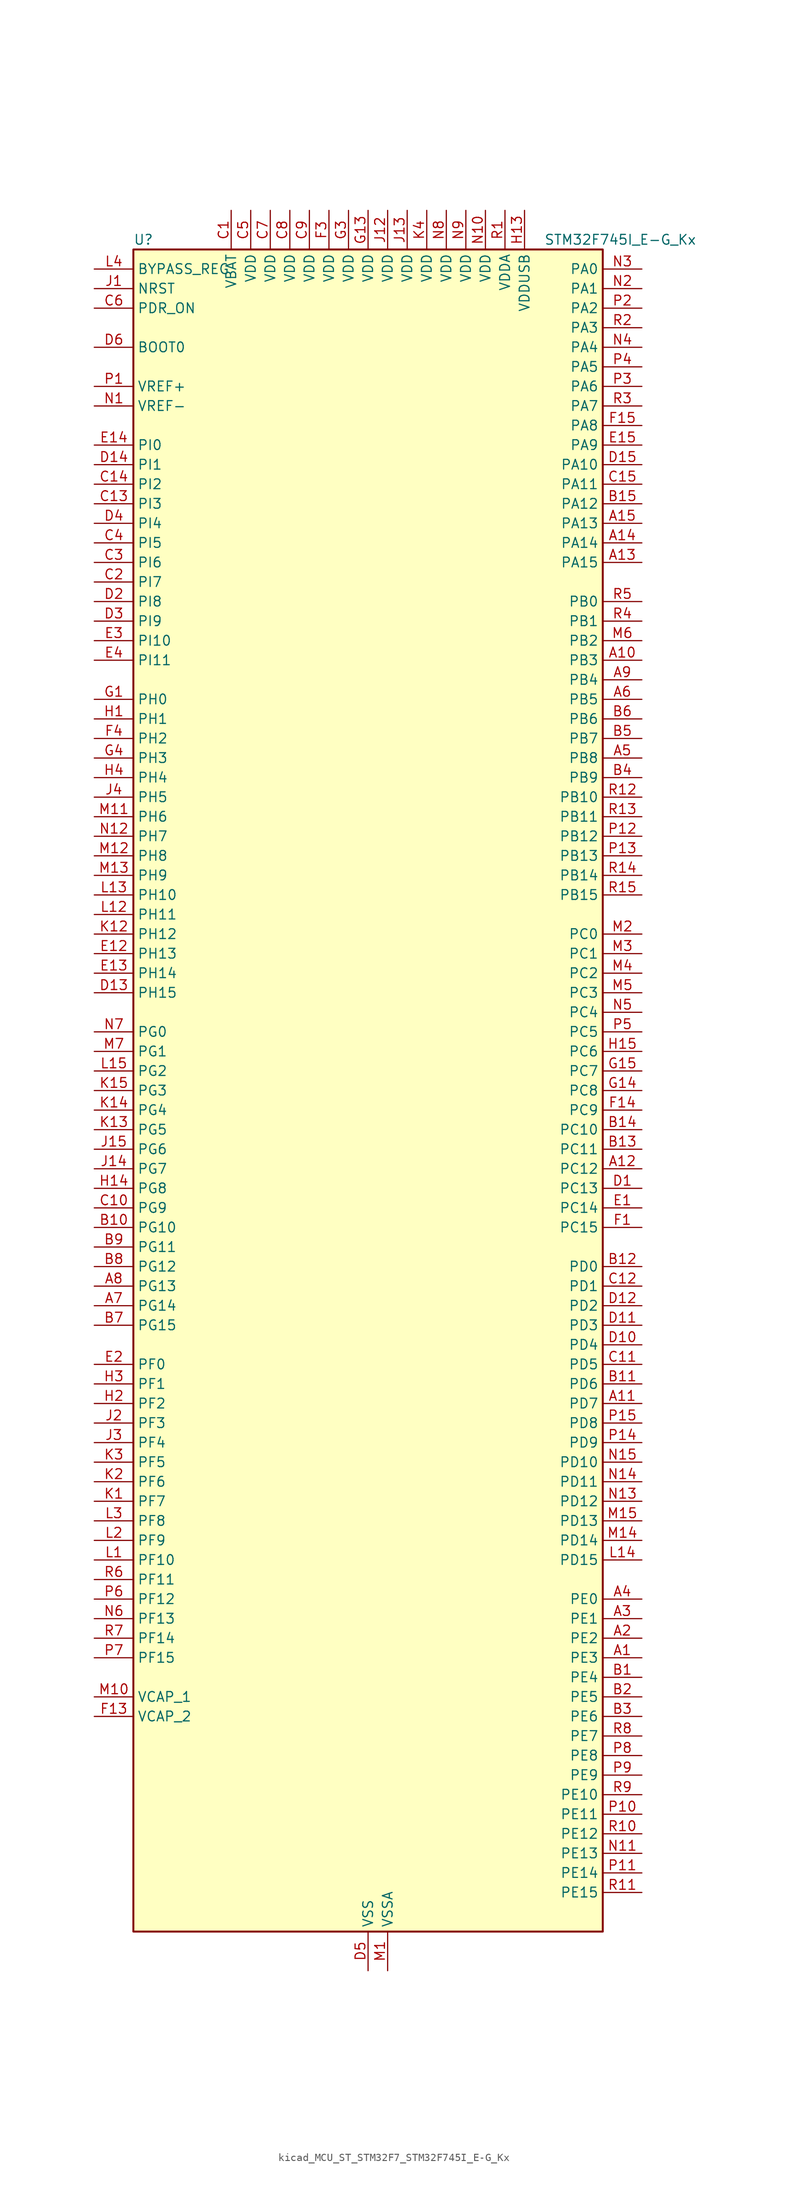
<source format=kicad_sym>
(kicad_symbol_lib
  (version 20220914)
  (generator kicad_symbol_editor)
  (symbol "kicad_MCU_ST_STM32F7_STM32F745I_E-G_Kx"
    (property "Reference" "U"
      (at -30.48 110.49 0)
      (effects (font (size 1.27 1.27)) (justify left)))
    (property "Value" "STM32F745I_E-G_Kx"
      (at 22.86 110.49 0)
      (effects (font (size 1.27 1.27)) (justify left)))
    (property "ki_locked" ""
      (at 0 0 0)
      (effects (font (size 1.27 1.27))))
    (symbol "kicad_MCU_ST_STM32F7_STM32F745I_E-G_Kx_0_1"
      (rectangle (start -30.48 -109.22) (end 30.48 109.22) (stroke (width 0.254) (type default)) (fill (type background))))
    (symbol "kicad_MCU_ST_STM32F7_STM32F745I_E-G_Kx_1_1"
      (pin bidirectional line (at 35.56 -73.66 180) (length 5.08) (name "PE3" (effects (font (size 1.27 1.27)))) (number "A1" (effects (font (size 1.27 1.27)))) (alternate "FMC_A19" bidirectional line) (alternate "SAI1_SD_B" bidirectional line) (alternate "SYS_TRACED0" bidirectional line))
      (pin bidirectional line (at 35.56 55.88 180) (length 5.08) (name "PB3" (effects (font (size 1.27 1.27)))) (number "A10" (effects (font (size 1.27 1.27)))) (alternate "I2S1_CK" bidirectional line) (alternate "I2S3_CK" bidirectional line) (alternate "SPI1_SCK" bidirectional line) (alternate "SPI3_SCK" bidirectional line) (alternate "SYS_JTDO-SWO" bidirectional line) (alternate "TIM2_CH2" bidirectional line))
      (pin bidirectional line (at 35.56 -40.64 180) (length 5.08) (name "PD7" (effects (font (size 1.27 1.27)))) (number "A11" (effects (font (size 1.27 1.27)))) (alternate "FMC_NE1" bidirectional line) (alternate "SPDIFRX_IN0" bidirectional line) (alternate "USART2_CK" bidirectional line))
      (pin bidirectional line (at 35.56 -10.16 180) (length 5.08) (name "PC12" (effects (font (size 1.27 1.27)))) (number "A12" (effects (font (size 1.27 1.27)))) (alternate "DCMI_D9" bidirectional line) (alternate "I2S3_SD" bidirectional line) (alternate "SDMMC1_CK" bidirectional line) (alternate "SPI3_MOSI" bidirectional line) (alternate "SYS_TRACED3" bidirectional line) (alternate "UART5_TX" bidirectional line) (alternate "USART3_CK" bidirectional line))
      (pin bidirectional line (at 35.56 68.58 180) (length 5.08) (name "PA15" (effects (font (size 1.27 1.27)))) (number "A13" (effects (font (size 1.27 1.27)))) (alternate "CEC" bidirectional line) (alternate "I2S1_WS" bidirectional line) (alternate "I2S3_WS" bidirectional line) (alternate "SPI1_NSS" bidirectional line) (alternate "SPI3_NSS" bidirectional line) (alternate "SYS_JTDI" bidirectional line) (alternate "TIM2_CH1" bidirectional line) (alternate "TIM2_ETR" bidirectional line) (alternate "UART4_DE" bidirectional line) (alternate "UART4_RTS" bidirectional line))
      (pin bidirectional line (at 35.56 71.12 180) (length 5.08) (name "PA14" (effects (font (size 1.27 1.27)))) (number "A14" (effects (font (size 1.27 1.27)))) (alternate "SYS_JTCK-SWCLK" bidirectional line))
      (pin bidirectional line (at 35.56 73.66 180) (length 5.08) (name "PA13" (effects (font (size 1.27 1.27)))) (number "A15" (effects (font (size 1.27 1.27)))) (alternate "SYS_JTMS-SWDIO" bidirectional line))
      (pin bidirectional line (at 35.56 -71.12 180) (length 5.08) (name "PE2" (effects (font (size 1.27 1.27)))) (number "A2" (effects (font (size 1.27 1.27)))) (alternate "ETH_TXD3" bidirectional line) (alternate "FMC_A23" bidirectional line) (alternate "QUADSPI_BK1_IO2" bidirectional line) (alternate "SAI1_MCLK_A" bidirectional line) (alternate "SPI4_SCK" bidirectional line) (alternate "SYS_TRACECLK" bidirectional line))
      (pin bidirectional line (at 35.56 -68.58 180) (length 5.08) (name "PE1" (effects (font (size 1.27 1.27)))) (number "A3" (effects (font (size 1.27 1.27)))) (alternate "DCMI_D3" bidirectional line) (alternate "FMC_NBL1" bidirectional line) (alternate "LPTIM1_IN2" bidirectional line) (alternate "UART8_TX" bidirectional line))
      (pin bidirectional line (at 35.56 -66.04 180) (length 5.08) (name "PE0" (effects (font (size 1.27 1.27)))) (number "A4" (effects (font (size 1.27 1.27)))) (alternate "DCMI_D2" bidirectional line) (alternate "FMC_NBL0" bidirectional line) (alternate "LPTIM1_ETR" bidirectional line) (alternate "SAI2_MCLK_A" bidirectional line) (alternate "TIM4_ETR" bidirectional line) (alternate "UART8_RX" bidirectional line))
      (pin bidirectional line (at 35.56 43.18 180) (length 5.08) (name "PB8" (effects (font (size 1.27 1.27)))) (number "A5" (effects (font (size 1.27 1.27)))) (alternate "CAN1_RX" bidirectional line) (alternate "DCMI_D6" bidirectional line) (alternate "ETH_TXD3" bidirectional line) (alternate "I2C1_SCL" bidirectional line) (alternate "SDMMC1_D4" bidirectional line) (alternate "TIM10_CH1" bidirectional line) (alternate "TIM4_CH3" bidirectional line))
      (pin bidirectional line (at 35.56 50.8 180) (length 5.08) (name "PB5" (effects (font (size 1.27 1.27)))) (number "A6" (effects (font (size 1.27 1.27)))) (alternate "CAN2_RX" bidirectional line) (alternate "DCMI_D10" bidirectional line) (alternate "ETH_PPS_OUT" bidirectional line) (alternate "FMC_SDCKE1" bidirectional line) (alternate "I2C1_SMBA" bidirectional line) (alternate "I2S1_SD" bidirectional line) (alternate "I2S3_SD" bidirectional line) (alternate "SPI1_MOSI" bidirectional line) (alternate "SPI3_MOSI" bidirectional line) (alternate "TIM3_CH2" bidirectional line) (alternate "USB_OTG_HS_ULPI_D7" bidirectional line))
      (pin bidirectional line (at -35.56 -27.94 0) (length 5.08) (name "PG14" (effects (font (size 1.27 1.27)))) (number "A7" (effects (font (size 1.27 1.27)))) (alternate "ETH_TXD1" bidirectional line) (alternate "FMC_A25" bidirectional line) (alternate "LPTIM1_ETR" bidirectional line) (alternate "QUADSPI_BK2_IO3" bidirectional line) (alternate "SPI6_MOSI" bidirectional line) (alternate "SYS_TRACED1" bidirectional line) (alternate "USART6_TX" bidirectional line))
      (pin bidirectional line (at -35.56 -25.4 0) (length 5.08) (name "PG13" (effects (font (size 1.27 1.27)))) (number "A8" (effects (font (size 1.27 1.27)))) (alternate "ETH_TXD0" bidirectional line) (alternate "FMC_A24" bidirectional line) (alternate "LPTIM1_OUT" bidirectional line) (alternate "SPI6_SCK" bidirectional line) (alternate "SYS_TRACED0" bidirectional line) (alternate "USART6_CTS" bidirectional line))
      (pin bidirectional line (at 35.56 53.34 180) (length 5.08) (name "PB4" (effects (font (size 1.27 1.27)))) (number "A9" (effects (font (size 1.27 1.27)))) (alternate "I2S2_WS" bidirectional line) (alternate "SPI1_MISO" bidirectional line) (alternate "SPI2_NSS" bidirectional line) (alternate "SPI3_MISO" bidirectional line) (alternate "SYS_JTRST" bidirectional line) (alternate "TIM3_CH1" bidirectional line))
      (pin bidirectional line (at 35.56 -76.2 180) (length 5.08) (name "PE4" (effects (font (size 1.27 1.27)))) (number "B1" (effects (font (size 1.27 1.27)))) (alternate "DCMI_D4" bidirectional line) (alternate "FMC_A20" bidirectional line) (alternate "SAI1_FS_A" bidirectional line) (alternate "SPI4_NSS" bidirectional line) (alternate "SYS_TRACED1" bidirectional line))
      (pin bidirectional line (at -35.56 -17.78 0) (length 5.08) (name "PG10" (effects (font (size 1.27 1.27)))) (number "B10" (effects (font (size 1.27 1.27)))) (alternate "DCMI_D2" bidirectional line) (alternate "FMC_NE3" bidirectional line) (alternate "SAI2_SD_B" bidirectional line))
      (pin bidirectional line (at 35.56 -38.1 180) (length 5.08) (name "PD6" (effects (font (size 1.27 1.27)))) (number "B11" (effects (font (size 1.27 1.27)))) (alternate "DCMI_D10" bidirectional line) (alternate "FMC_NWAIT" bidirectional line) (alternate "I2S3_SD" bidirectional line) (alternate "SAI1_SD_A" bidirectional line) (alternate "SPI3_MOSI" bidirectional line) (alternate "USART2_RX" bidirectional line))
      (pin bidirectional line (at 35.56 -22.86 180) (length 5.08) (name "PD0" (effects (font (size 1.27 1.27)))) (number "B12" (effects (font (size 1.27 1.27)))) (alternate "CAN1_RX" bidirectional line) (alternate "FMC_D2" bidirectional line) (alternate "FMC_DA2" bidirectional line))
      (pin bidirectional line (at 35.56 -7.62 180) (length 5.08) (name "PC11" (effects (font (size 1.27 1.27)))) (number "B13" (effects (font (size 1.27 1.27)))) (alternate "ADC1_EXTI11" bidirectional line) (alternate "ADC2_EXTI11" bidirectional line) (alternate "ADC3_EXTI11" bidirectional line) (alternate "DCMI_D4" bidirectional line) (alternate "QUADSPI_BK2_NCS" bidirectional line) (alternate "SDMMC1_D3" bidirectional line) (alternate "SPI3_MISO" bidirectional line) (alternate "UART4_RX" bidirectional line) (alternate "USART3_RX" bidirectional line))
      (pin bidirectional line (at 35.56 -5.08 180) (length 5.08) (name "PC10" (effects (font (size 1.27 1.27)))) (number "B14" (effects (font (size 1.27 1.27)))) (alternate "DCMI_D8" bidirectional line) (alternate "I2S3_CK" bidirectional line) (alternate "QUADSPI_BK1_IO1" bidirectional line) (alternate "SDMMC1_D2" bidirectional line) (alternate "SPI3_SCK" bidirectional line) (alternate "UART4_TX" bidirectional line) (alternate "USART3_TX" bidirectional line))
      (pin bidirectional line (at 35.56 76.2 180) (length 5.08) (name "PA12" (effects (font (size 1.27 1.27)))) (number "B15" (effects (font (size 1.27 1.27)))) (alternate "CAN1_TX" bidirectional line) (alternate "SAI2_FS_B" bidirectional line) (alternate "TIM1_ETR" bidirectional line) (alternate "USART1_DE" bidirectional line) (alternate "USART1_RTS" bidirectional line) (alternate "USB_OTG_FS_DP" bidirectional line))
      (pin bidirectional line (at 35.56 -78.74 180) (length 5.08) (name "PE5" (effects (font (size 1.27 1.27)))) (number "B2" (effects (font (size 1.27 1.27)))) (alternate "DCMI_D6" bidirectional line) (alternate "FMC_A21" bidirectional line) (alternate "SAI1_SCK_A" bidirectional line) (alternate "SPI4_MISO" bidirectional line) (alternate "SYS_TRACED2" bidirectional line) (alternate "TIM9_CH1" bidirectional line))
      (pin bidirectional line (at 35.56 -81.28 180) (length 5.08) (name "PE6" (effects (font (size 1.27 1.27)))) (number "B3" (effects (font (size 1.27 1.27)))) (alternate "DCMI_D7" bidirectional line) (alternate "FMC_A22" bidirectional line) (alternate "SAI1_SD_A" bidirectional line) (alternate "SAI2_MCLK_B" bidirectional line) (alternate "SPI4_MOSI" bidirectional line) (alternate "SYS_TRACED3" bidirectional line) (alternate "TIM1_BKIN2" bidirectional line) (alternate "TIM9_CH2" bidirectional line))
      (pin bidirectional line (at 35.56 40.64 180) (length 5.08) (name "PB9" (effects (font (size 1.27 1.27)))) (number "B4" (effects (font (size 1.27 1.27)))) (alternate "CAN1_TX" bidirectional line) (alternate "DAC_EXTI9" bidirectional line) (alternate "DCMI_D7" bidirectional line) (alternate "I2C1_SDA" bidirectional line) (alternate "I2S2_WS" bidirectional line) (alternate "SDMMC1_D5" bidirectional line) (alternate "SPI2_NSS" bidirectional line) (alternate "TIM11_CH1" bidirectional line) (alternate "TIM4_CH4" bidirectional line))
      (pin bidirectional line (at 35.56 45.72 180) (length 5.08) (name "PB7" (effects (font (size 1.27 1.27)))) (number "B5" (effects (font (size 1.27 1.27)))) (alternate "DCMI_VSYNC" bidirectional line) (alternate "FMC_NL" bidirectional line) (alternate "I2C1_SDA" bidirectional line) (alternate "TIM4_CH2" bidirectional line) (alternate "USART1_RX" bidirectional line))
      (pin bidirectional line (at 35.56 48.26 180) (length 5.08) (name "PB6" (effects (font (size 1.27 1.27)))) (number "B6" (effects (font (size 1.27 1.27)))) (alternate "CAN2_TX" bidirectional line) (alternate "CEC" bidirectional line) (alternate "DCMI_D5" bidirectional line) (alternate "FMC_SDNE1" bidirectional line) (alternate "I2C1_SCL" bidirectional line) (alternate "QUADSPI_BK1_NCS" bidirectional line) (alternate "TIM4_CH1" bidirectional line) (alternate "USART1_TX" bidirectional line))
      (pin bidirectional line (at -35.56 -30.48 0) (length 5.08) (name "PG15" (effects (font (size 1.27 1.27)))) (number "B7" (effects (font (size 1.27 1.27)))) (alternate "DCMI_D13" bidirectional line) (alternate "FMC_SDNCAS" bidirectional line) (alternate "USART6_CTS" bidirectional line))
      (pin bidirectional line (at -35.56 -22.86 0) (length 5.08) (name "PG12" (effects (font (size 1.27 1.27)))) (number "B8" (effects (font (size 1.27 1.27)))) (alternate "FMC_NE4" bidirectional line) (alternate "LPTIM1_IN1" bidirectional line) (alternate "SPDIFRX_IN1" bidirectional line) (alternate "SPI6_MISO" bidirectional line) (alternate "USART6_DE" bidirectional line) (alternate "USART6_RTS" bidirectional line))
      (pin bidirectional line (at -35.56 -20.32 0) (length 5.08) (name "PG11" (effects (font (size 1.27 1.27)))) (number "B9" (effects (font (size 1.27 1.27)))) (alternate "ADC1_EXTI11" bidirectional line) (alternate "ADC2_EXTI11" bidirectional line) (alternate "ADC3_EXTI11" bidirectional line) (alternate "DCMI_D3" bidirectional line) (alternate "ETH_TX_EN" bidirectional line) (alternate "SPDIFRX_IN0" bidirectional line))
      (pin power_in line (at -17.78 114.3 270) (length 5.08) (name "VBAT" (effects (font (size 1.27 1.27)))) (number "C1" (effects (font (size 1.27 1.27)))))
      (pin bidirectional line (at -35.56 -15.24 0) (length 5.08) (name "PG9" (effects (font (size 1.27 1.27)))) (number "C10" (effects (font (size 1.27 1.27)))) (alternate "DAC_EXTI9" bidirectional line) (alternate "DCMI_VSYNC" bidirectional line) (alternate "FMC_NCE" bidirectional line) (alternate "FMC_NE2" bidirectional line) (alternate "QUADSPI_BK2_IO2" bidirectional line) (alternate "SAI2_FS_B" bidirectional line) (alternate "SPDIFRX_IN3" bidirectional line) (alternate "USART6_RX" bidirectional line))
      (pin bidirectional line (at 35.56 -35.56 180) (length 5.08) (name "PD5" (effects (font (size 1.27 1.27)))) (number "C11" (effects (font (size 1.27 1.27)))) (alternate "FMC_NWE" bidirectional line) (alternate "USART2_TX" bidirectional line))
      (pin bidirectional line (at 35.56 -25.4 180) (length 5.08) (name "PD1" (effects (font (size 1.27 1.27)))) (number "C12" (effects (font (size 1.27 1.27)))) (alternate "CAN1_TX" bidirectional line) (alternate "FMC_D3" bidirectional line) (alternate "FMC_DA3" bidirectional line))
      (pin bidirectional line (at -35.56 76.2 0) (length 5.08) (name "PI3" (effects (font (size 1.27 1.27)))) (number "C13" (effects (font (size 1.27 1.27)))) (alternate "DCMI_D10" bidirectional line) (alternate "FMC_D27" bidirectional line) (alternate "I2S2_SD" bidirectional line) (alternate "SPI2_MOSI" bidirectional line) (alternate "TIM8_ETR" bidirectional line))
      (pin bidirectional line (at -35.56 78.74 0) (length 5.08) (name "PI2" (effects (font (size 1.27 1.27)))) (number "C14" (effects (font (size 1.27 1.27)))) (alternate "DCMI_D9" bidirectional line) (alternate "FMC_D26" bidirectional line) (alternate "SPI2_MISO" bidirectional line) (alternate "TIM8_CH4" bidirectional line))
      (pin bidirectional line (at 35.56 78.74 180) (length 5.08) (name "PA11" (effects (font (size 1.27 1.27)))) (number "C15" (effects (font (size 1.27 1.27)))) (alternate "ADC1_EXTI11" bidirectional line) (alternate "ADC2_EXTI11" bidirectional line) (alternate "ADC3_EXTI11" bidirectional line) (alternate "CAN1_RX" bidirectional line) (alternate "TIM1_CH4" bidirectional line) (alternate "USART1_CTS" bidirectional line) (alternate "USB_OTG_FS_DM" bidirectional line))
      (pin bidirectional line (at -35.56 66.04 0) (length 5.08) (name "PI7" (effects (font (size 1.27 1.27)))) (number "C2" (effects (font (size 1.27 1.27)))) (alternate "DCMI_D7" bidirectional line) (alternate "FMC_D29" bidirectional line) (alternate "SAI2_FS_A" bidirectional line) (alternate "TIM8_CH3" bidirectional line))
      (pin bidirectional line (at -35.56 68.58 0) (length 5.08) (name "PI6" (effects (font (size 1.27 1.27)))) (number "C3" (effects (font (size 1.27 1.27)))) (alternate "DCMI_D6" bidirectional line) (alternate "FMC_D28" bidirectional line) (alternate "SAI2_SD_A" bidirectional line) (alternate "TIM8_CH2" bidirectional line))
      (pin bidirectional line (at -35.56 71.12 0) (length 5.08) (name "PI5" (effects (font (size 1.27 1.27)))) (number "C4" (effects (font (size 1.27 1.27)))) (alternate "DCMI_VSYNC" bidirectional line) (alternate "FMC_NBL3" bidirectional line) (alternate "SAI2_SCK_A" bidirectional line) (alternate "TIM8_CH1" bidirectional line))
      (pin power_in line (at -15.24 114.3 270) (length 5.08) (name "VDD" (effects (font (size 1.27 1.27)))) (number "C5" (effects (font (size 1.27 1.27)))))
      (pin input line (at -35.56 101.6 0) (length 5.08) (name "PDR_ON" (effects (font (size 1.27 1.27)))) (number "C6" (effects (font (size 1.27 1.27)))))
      (pin power_in line (at -12.7 114.3 270) (length 5.08) (name "VDD" (effects (font (size 1.27 1.27)))) (number "C7" (effects (font (size 1.27 1.27)))))
      (pin power_in line (at -10.16 114.3 270) (length 5.08) (name "VDD" (effects (font (size 1.27 1.27)))) (number "C8" (effects (font (size 1.27 1.27)))))
      (pin power_in line (at -7.62 114.3 270) (length 5.08) (name "VDD" (effects (font (size 1.27 1.27)))) (number "C9" (effects (font (size 1.27 1.27)))))
      (pin bidirectional line (at 35.56 -12.7 180) (length 5.08) (name "PC13" (effects (font (size 1.27 1.27)))) (number "D1" (effects (font (size 1.27 1.27)))) (alternate "RTC_OUT" bidirectional line) (alternate "RTC_TAMP1" bidirectional line) (alternate "RTC_TS" bidirectional line) (alternate "SYS_WKUP4" bidirectional line))
      (pin bidirectional line (at 35.56 -33.02 180) (length 5.08) (name "PD4" (effects (font (size 1.27 1.27)))) (number "D10" (effects (font (size 1.27 1.27)))) (alternate "FMC_NOE" bidirectional line) (alternate "USART2_DE" bidirectional line) (alternate "USART2_RTS" bidirectional line))
      (pin bidirectional line (at 35.56 -30.48 180) (length 5.08) (name "PD3" (effects (font (size 1.27 1.27)))) (number "D11" (effects (font (size 1.27 1.27)))) (alternate "DCMI_D5" bidirectional line) (alternate "FMC_CLK" bidirectional line) (alternate "I2S2_CK" bidirectional line) (alternate "SPI2_SCK" bidirectional line) (alternate "USART2_CTS" bidirectional line))
      (pin bidirectional line (at 35.56 -27.94 180) (length 5.08) (name "PD2" (effects (font (size 1.27 1.27)))) (number "D12" (effects (font (size 1.27 1.27)))) (alternate "DCMI_D11" bidirectional line) (alternate "SDMMC1_CMD" bidirectional line) (alternate "SYS_TRACED2" bidirectional line) (alternate "TIM3_ETR" bidirectional line) (alternate "UART5_RX" bidirectional line))
      (pin bidirectional line (at -35.56 12.7 0) (length 5.08) (name "PH15" (effects (font (size 1.27 1.27)))) (number "D13" (effects (font (size 1.27 1.27)))) (alternate "DCMI_D11" bidirectional line) (alternate "FMC_D23" bidirectional line) (alternate "TIM8_CH3N" bidirectional line))
      (pin bidirectional line (at -35.56 81.28 0) (length 5.08) (name "PI1" (effects (font (size 1.27 1.27)))) (number "D14" (effects (font (size 1.27 1.27)))) (alternate "DCMI_D8" bidirectional line) (alternate "FMC_D25" bidirectional line) (alternate "I2S2_CK" bidirectional line) (alternate "SPI2_SCK" bidirectional line) (alternate "TIM8_BKIN2" bidirectional line))
      (pin bidirectional line (at 35.56 81.28 180) (length 5.08) (name "PA10" (effects (font (size 1.27 1.27)))) (number "D15" (effects (font (size 1.27 1.27)))) (alternate "DCMI_D1" bidirectional line) (alternate "TIM1_CH3" bidirectional line) (alternate "USART1_RX" bidirectional line) (alternate "USB_OTG_FS_ID" bidirectional line))
      (pin bidirectional line (at -35.56 63.5 0) (length 5.08) (name "PI8" (effects (font (size 1.27 1.27)))) (number "D2" (effects (font (size 1.27 1.27)))) (alternate "RTC_TAMP2" bidirectional line) (alternate "RTC_TS" bidirectional line) (alternate "SYS_WKUP5" bidirectional line))
      (pin bidirectional line (at -35.56 60.96 0) (length 5.08) (name "PI9" (effects (font (size 1.27 1.27)))) (number "D3" (effects (font (size 1.27 1.27)))) (alternate "CAN1_RX" bidirectional line) (alternate "DAC_EXTI9" bidirectional line) (alternate "FMC_D30" bidirectional line))
      (pin bidirectional line (at -35.56 73.66 0) (length 5.08) (name "PI4" (effects (font (size 1.27 1.27)))) (number "D4" (effects (font (size 1.27 1.27)))) (alternate "DCMI_D5" bidirectional line) (alternate "FMC_NBL2" bidirectional line) (alternate "SAI2_MCLK_A" bidirectional line) (alternate "TIM8_BKIN" bidirectional line))
      (pin power_in line (at 0 -114.3 90) (length 5.08) (name "VSS" (effects (font (size 1.27 1.27)))) (number "D5" (effects (font (size 1.27 1.27)))))
      (pin input line (at -35.56 96.52 0) (length 5.08) (name "BOOT0" (effects (font (size 1.27 1.27)))) (number "D6" (effects (font (size 1.27 1.27)))))
      (pin passive line (at 0 -114.3 90) (length 5.08) hide (name "VSS" (effects (font (size 1.27 1.27)))) (number "D7" (effects (font (size 1.27 1.27)))))
      (pin passive line (at 0 -114.3 90) (length 5.08) hide (name "VSS" (effects (font (size 1.27 1.27)))) (number "D8" (effects (font (size 1.27 1.27)))))
      (pin passive line (at 0 -114.3 90) (length 5.08) hide (name "VSS" (effects (font (size 1.27 1.27)))) (number "D9" (effects (font (size 1.27 1.27)))))
      (pin bidirectional line (at 35.56 -15.24 180) (length 5.08) (name "PC14" (effects (font (size 1.27 1.27)))) (number "E1" (effects (font (size 1.27 1.27)))) (alternate "RCC_OSC32_IN" bidirectional line))
      (pin bidirectional line (at -35.56 17.78 0) (length 5.08) (name "PH13" (effects (font (size 1.27 1.27)))) (number "E12" (effects (font (size 1.27 1.27)))) (alternate "CAN1_TX" bidirectional line) (alternate "FMC_D21" bidirectional line) (alternate "TIM8_CH1N" bidirectional line))
      (pin bidirectional line (at -35.56 15.24 0) (length 5.08) (name "PH14" (effects (font (size 1.27 1.27)))) (number "E13" (effects (font (size 1.27 1.27)))) (alternate "DCMI_D4" bidirectional line) (alternate "FMC_D22" bidirectional line) (alternate "TIM8_CH2N" bidirectional line))
      (pin bidirectional line (at -35.56 83.82 0) (length 5.08) (name "PI0" (effects (font (size 1.27 1.27)))) (number "E14" (effects (font (size 1.27 1.27)))) (alternate "DCMI_D13" bidirectional line) (alternate "FMC_D24" bidirectional line) (alternate "I2S2_WS" bidirectional line) (alternate "SPI2_NSS" bidirectional line) (alternate "TIM5_CH4" bidirectional line))
      (pin bidirectional line (at 35.56 83.82 180) (length 5.08) (name "PA9" (effects (font (size 1.27 1.27)))) (number "E15" (effects (font (size 1.27 1.27)))) (alternate "DAC_EXTI9" bidirectional line) (alternate "DCMI_D0" bidirectional line) (alternate "I2C3_SMBA" bidirectional line) (alternate "I2S2_CK" bidirectional line) (alternate "SPI2_SCK" bidirectional line) (alternate "TIM1_CH2" bidirectional line) (alternate "USART1_TX" bidirectional line) (alternate "USB_OTG_FS_VBUS" bidirectional line))
      (pin bidirectional line (at -35.56 -35.56 0) (length 5.08) (name "PF0" (effects (font (size 1.27 1.27)))) (number "E2" (effects (font (size 1.27 1.27)))) (alternate "FMC_A0" bidirectional line) (alternate "I2C2_SDA" bidirectional line))
      (pin bidirectional line (at -35.56 58.42 0) (length 5.08) (name "PI10" (effects (font (size 1.27 1.27)))) (number "E3" (effects (font (size 1.27 1.27)))) (alternate "ETH_RX_ER" bidirectional line) (alternate "FMC_D31" bidirectional line))
      (pin bidirectional line (at -35.56 55.88 0) (length 5.08) (name "PI11" (effects (font (size 1.27 1.27)))) (number "E4" (effects (font (size 1.27 1.27)))) (alternate "ADC1_EXTI11" bidirectional line) (alternate "ADC2_EXTI11" bidirectional line) (alternate "ADC3_EXTI11" bidirectional line) (alternate "SYS_WKUP6" bidirectional line) (alternate "USB_OTG_HS_ULPI_DIR" bidirectional line))
      (pin bidirectional line (at 35.56 -17.78 180) (length 5.08) (name "PC15" (effects (font (size 1.27 1.27)))) (number "F1" (effects (font (size 1.27 1.27)))) (alternate "RCC_OSC32_OUT" bidirectional line))
      (pin passive line (at 0 -114.3 90) (length 5.08) hide (name "VSS" (effects (font (size 1.27 1.27)))) (number "F10" (effects (font (size 1.27 1.27)))))
      (pin passive line (at 0 -114.3 90) (length 5.08) hide (name "VSS" (effects (font (size 1.27 1.27)))) (number "F12" (effects (font (size 1.27 1.27)))))
      (pin power_out line (at -35.56 -81.28 0) (length 5.08) (name "VCAP_2" (effects (font (size 1.27 1.27)))) (number "F13" (effects (font (size 1.27 1.27)))))
      (pin bidirectional line (at 35.56 -2.54 180) (length 5.08) (name "PC9" (effects (font (size 1.27 1.27)))) (number "F14" (effects (font (size 1.27 1.27)))) (alternate "DAC_EXTI9" bidirectional line) (alternate "DCMI_D3" bidirectional line) (alternate "I2C3_SDA" bidirectional line) (alternate "I2S_CKIN" bidirectional line) (alternate "QUADSPI_BK1_IO0" bidirectional line) (alternate "RCC_MCO_2" bidirectional line) (alternate "SDMMC1_D1" bidirectional line) (alternate "TIM3_CH4" bidirectional line) (alternate "TIM8_CH4" bidirectional line) (alternate "UART5_CTS" bidirectional line))
      (pin bidirectional line (at 35.56 86.36 180) (length 5.08) (name "PA8" (effects (font (size 1.27 1.27)))) (number "F15" (effects (font (size 1.27 1.27)))) (alternate "I2C3_SCL" bidirectional line) (alternate "RCC_MCO_1" bidirectional line) (alternate "TIM1_CH1" bidirectional line) (alternate "TIM8_BKIN2" bidirectional line) (alternate "USART1_CK" bidirectional line) (alternate "USB_OTG_FS_SOF" bidirectional line))
      (pin passive line (at 0 -114.3 90) (length 5.08) hide (name "VSS" (effects (font (size 1.27 1.27)))) (number "F2" (effects (font (size 1.27 1.27)))))
      (pin power_in line (at -5.08 114.3 270) (length 5.08) (name "VDD" (effects (font (size 1.27 1.27)))) (number "F3" (effects (font (size 1.27 1.27)))))
      (pin bidirectional line (at -35.56 45.72 0) (length 5.08) (name "PH2" (effects (font (size 1.27 1.27)))) (number "F4" (effects (font (size 1.27 1.27)))) (alternate "ETH_CRS" bidirectional line) (alternate "FMC_SDCKE0" bidirectional line) (alternate "LPTIM1_IN2" bidirectional line) (alternate "QUADSPI_BK2_IO0" bidirectional line) (alternate "SAI2_SCK_B" bidirectional line))
      (pin passive line (at 0 -114.3 90) (length 5.08) hide (name "VSS" (effects (font (size 1.27 1.27)))) (number "F6" (effects (font (size 1.27 1.27)))))
      (pin passive line (at 0 -114.3 90) (length 5.08) hide (name "VSS" (effects (font (size 1.27 1.27)))) (number "F7" (effects (font (size 1.27 1.27)))))
      (pin passive line (at 0 -114.3 90) (length 5.08) hide (name "VSS" (effects (font (size 1.27 1.27)))) (number "F8" (effects (font (size 1.27 1.27)))))
      (pin passive line (at 0 -114.3 90) (length 5.08) hide (name "VSS" (effects (font (size 1.27 1.27)))) (number "F9" (effects (font (size 1.27 1.27)))))
      (pin bidirectional line (at -35.56 50.8 0) (length 5.08) (name "PH0" (effects (font (size 1.27 1.27)))) (number "G1" (effects (font (size 1.27 1.27)))) (alternate "RCC_OSC_IN" bidirectional line))
      (pin passive line (at 0 -114.3 90) (length 5.08) hide (name "VSS" (effects (font (size 1.27 1.27)))) (number "G10" (effects (font (size 1.27 1.27)))))
      (pin passive line (at 0 -114.3 90) (length 5.08) hide (name "VSS" (effects (font (size 1.27 1.27)))) (number "G12" (effects (font (size 1.27 1.27)))))
      (pin power_in line (at 0 114.3 270) (length 5.08) (name "VDD" (effects (font (size 1.27 1.27)))) (number "G13" (effects (font (size 1.27 1.27)))))
      (pin bidirectional line (at 35.56 0 180) (length 5.08) (name "PC8" (effects (font (size 1.27 1.27)))) (number "G14" (effects (font (size 1.27 1.27)))) (alternate "DCMI_D2" bidirectional line) (alternate "SDMMC1_D0" bidirectional line) (alternate "SYS_TRACED1" bidirectional line) (alternate "TIM3_CH3" bidirectional line) (alternate "TIM8_CH3" bidirectional line) (alternate "UART5_DE" bidirectional line) (alternate "UART5_RTS" bidirectional line) (alternate "USART6_CK" bidirectional line))
      (pin bidirectional line (at 35.56 2.54 180) (length 5.08) (name "PC7" (effects (font (size 1.27 1.27)))) (number "G15" (effects (font (size 1.27 1.27)))) (alternate "DCMI_D1" bidirectional line) (alternate "I2S3_MCK" bidirectional line) (alternate "SDMMC1_D7" bidirectional line) (alternate "TIM3_CH2" bidirectional line) (alternate "TIM8_CH2" bidirectional line) (alternate "USART6_RX" bidirectional line))
      (pin passive line (at 0 -114.3 90) (length 5.08) hide (name "VSS" (effects (font (size 1.27 1.27)))) (number "G2" (effects (font (size 1.27 1.27)))))
      (pin power_in line (at -2.54 114.3 270) (length 5.08) (name "VDD" (effects (font (size 1.27 1.27)))) (number "G3" (effects (font (size 1.27 1.27)))))
      (pin bidirectional line (at -35.56 43.18 0) (length 5.08) (name "PH3" (effects (font (size 1.27 1.27)))) (number "G4" (effects (font (size 1.27 1.27)))) (alternate "ETH_COL" bidirectional line) (alternate "FMC_SDNE0" bidirectional line) (alternate "QUADSPI_BK2_IO1" bidirectional line) (alternate "SAI2_MCLK_B" bidirectional line))
      (pin passive line (at 0 -114.3 90) (length 5.08) hide (name "VSS" (effects (font (size 1.27 1.27)))) (number "G6" (effects (font (size 1.27 1.27)))))
      (pin passive line (at 0 -114.3 90) (length 5.08) hide (name "VSS" (effects (font (size 1.27 1.27)))) (number "G7" (effects (font (size 1.27 1.27)))))
      (pin passive line (at 0 -114.3 90) (length 5.08) hide (name "VSS" (effects (font (size 1.27 1.27)))) (number "G8" (effects (font (size 1.27 1.27)))))
      (pin passive line (at 0 -114.3 90) (length 5.08) hide (name "VSS" (effects (font (size 1.27 1.27)))) (number "G9" (effects (font (size 1.27 1.27)))))
      (pin bidirectional line (at -35.56 48.26 0) (length 5.08) (name "PH1" (effects (font (size 1.27 1.27)))) (number "H1" (effects (font (size 1.27 1.27)))) (alternate "RCC_OSC_OUT" bidirectional line))
      (pin passive line (at 0 -114.3 90) (length 5.08) hide (name "VSS" (effects (font (size 1.27 1.27)))) (number "H10" (effects (font (size 1.27 1.27)))))
      (pin passive line (at 0 -114.3 90) (length 5.08) hide (name "VSS" (effects (font (size 1.27 1.27)))) (number "H12" (effects (font (size 1.27 1.27)))))
      (pin power_in line (at 20.32 114.3 270) (length 5.08) (name "VDDUSB" (effects (font (size 1.27 1.27)))) (number "H13" (effects (font (size 1.27 1.27)))))
      (pin bidirectional line (at -35.56 -12.7 0) (length 5.08) (name "PG8" (effects (font (size 1.27 1.27)))) (number "H14" (effects (font (size 1.27 1.27)))) (alternate "ETH_PPS_OUT" bidirectional line) (alternate "FMC_SDCLK" bidirectional line) (alternate "SPDIFRX_IN2" bidirectional line) (alternate "SPI6_NSS" bidirectional line) (alternate "USART6_DE" bidirectional line) (alternate "USART6_RTS" bidirectional line))
      (pin bidirectional line (at 35.56 5.08 180) (length 5.08) (name "PC6" (effects (font (size 1.27 1.27)))) (number "H15" (effects (font (size 1.27 1.27)))) (alternate "DCMI_D0" bidirectional line) (alternate "I2S2_MCK" bidirectional line) (alternate "SDMMC1_D6" bidirectional line) (alternate "TIM3_CH1" bidirectional line) (alternate "TIM8_CH1" bidirectional line) (alternate "USART6_TX" bidirectional line))
      (pin bidirectional line (at -35.56 -40.64 0) (length 5.08) (name "PF2" (effects (font (size 1.27 1.27)))) (number "H2" (effects (font (size 1.27 1.27)))) (alternate "FMC_A2" bidirectional line) (alternate "I2C2_SMBA" bidirectional line))
      (pin bidirectional line (at -35.56 -38.1 0) (length 5.08) (name "PF1" (effects (font (size 1.27 1.27)))) (number "H3" (effects (font (size 1.27 1.27)))) (alternate "FMC_A1" bidirectional line) (alternate "I2C2_SCL" bidirectional line))
      (pin bidirectional line (at -35.56 40.64 0) (length 5.08) (name "PH4" (effects (font (size 1.27 1.27)))) (number "H4" (effects (font (size 1.27 1.27)))) (alternate "I2C2_SCL" bidirectional line) (alternate "USB_OTG_HS_ULPI_NXT" bidirectional line))
      (pin passive line (at 0 -114.3 90) (length 5.08) hide (name "VSS" (effects (font (size 1.27 1.27)))) (number "H6" (effects (font (size 1.27 1.27)))))
      (pin passive line (at 0 -114.3 90) (length 5.08) hide (name "VSS" (effects (font (size 1.27 1.27)))) (number "H7" (effects (font (size 1.27 1.27)))))
      (pin passive line (at 0 -114.3 90) (length 5.08) hide (name "VSS" (effects (font (size 1.27 1.27)))) (number "H8" (effects (font (size 1.27 1.27)))))
      (pin passive line (at 0 -114.3 90) (length 5.08) hide (name "VSS" (effects (font (size 1.27 1.27)))) (number "H9" (effects (font (size 1.27 1.27)))))
      (pin input line (at -35.56 104.14 0) (length 5.08) (name "NRST" (effects (font (size 1.27 1.27)))) (number "J1" (effects (font (size 1.27 1.27)))))
      (pin passive line (at 0 -114.3 90) (length 5.08) hide (name "VSS" (effects (font (size 1.27 1.27)))) (number "J10" (effects (font (size 1.27 1.27)))))
      (pin power_in line (at 2.54 114.3 270) (length 5.08) (name "VDD" (effects (font (size 1.27 1.27)))) (number "J12" (effects (font (size 1.27 1.27)))))
      (pin power_in line (at 5.08 114.3 270) (length 5.08) (name "VDD" (effects (font (size 1.27 1.27)))) (number "J13" (effects (font (size 1.27 1.27)))))
      (pin bidirectional line (at -35.56 -10.16 0) (length 5.08) (name "PG7" (effects (font (size 1.27 1.27)))) (number "J14" (effects (font (size 1.27 1.27)))) (alternate "DCMI_D13" bidirectional line) (alternate "FMC_INT" bidirectional line) (alternate "USART6_CK" bidirectional line))
      (pin bidirectional line (at -35.56 -7.62 0) (length 5.08) (name "PG6" (effects (font (size 1.27 1.27)))) (number "J15" (effects (font (size 1.27 1.27)))) (alternate "DCMI_D12" bidirectional line))
      (pin bidirectional line (at -35.56 -43.18 0) (length 5.08) (name "PF3" (effects (font (size 1.27 1.27)))) (number "J2" (effects (font (size 1.27 1.27)))) (alternate "ADC3_IN9" bidirectional line) (alternate "FMC_A3" bidirectional line))
      (pin bidirectional line (at -35.56 -45.72 0) (length 5.08) (name "PF4" (effects (font (size 1.27 1.27)))) (number "J3" (effects (font (size 1.27 1.27)))) (alternate "ADC3_IN14" bidirectional line) (alternate "FMC_A4" bidirectional line))
      (pin bidirectional line (at -35.56 38.1 0) (length 5.08) (name "PH5" (effects (font (size 1.27 1.27)))) (number "J4" (effects (font (size 1.27 1.27)))) (alternate "FMC_SDNWE" bidirectional line) (alternate "I2C2_SDA" bidirectional line) (alternate "SPI5_NSS" bidirectional line))
      (pin passive line (at 0 -114.3 90) (length 5.08) hide (name "VSS" (effects (font (size 1.27 1.27)))) (number "J6" (effects (font (size 1.27 1.27)))))
      (pin passive line (at 0 -114.3 90) (length 5.08) hide (name "VSS" (effects (font (size 1.27 1.27)))) (number "J7" (effects (font (size 1.27 1.27)))))
      (pin passive line (at 0 -114.3 90) (length 5.08) hide (name "VSS" (effects (font (size 1.27 1.27)))) (number "J8" (effects (font (size 1.27 1.27)))))
      (pin passive line (at 0 -114.3 90) (length 5.08) hide (name "VSS" (effects (font (size 1.27 1.27)))) (number "J9" (effects (font (size 1.27 1.27)))))
      (pin bidirectional line (at -35.56 -53.34 0) (length 5.08) (name "PF7" (effects (font (size 1.27 1.27)))) (number "K1" (effects (font (size 1.27 1.27)))) (alternate "ADC3_IN5" bidirectional line) (alternate "QUADSPI_BK1_IO2" bidirectional line) (alternate "SAI1_MCLK_B" bidirectional line) (alternate "SPI5_SCK" bidirectional line) (alternate "TIM11_CH1" bidirectional line) (alternate "UART7_TX" bidirectional line))
      (pin passive line (at 0 -114.3 90) (length 5.08) hide (name "VSS" (effects (font (size 1.27 1.27)))) (number "K10" (effects (font (size 1.27 1.27)))))
      (pin bidirectional line (at -35.56 20.32 0) (length 5.08) (name "PH12" (effects (font (size 1.27 1.27)))) (number "K12" (effects (font (size 1.27 1.27)))) (alternate "DCMI_D3" bidirectional line) (alternate "FMC_D20" bidirectional line) (alternate "I2C4_SDA" bidirectional line) (alternate "TIM5_CH3" bidirectional line))
      (pin bidirectional line (at -35.56 -5.08 0) (length 5.08) (name "PG5" (effects (font (size 1.27 1.27)))) (number "K13" (effects (font (size 1.27 1.27)))) (alternate "FMC_A15" bidirectional line) (alternate "FMC_BA1" bidirectional line))
      (pin bidirectional line (at -35.56 -2.54 0) (length 5.08) (name "PG4" (effects (font (size 1.27 1.27)))) (number "K14" (effects (font (size 1.27 1.27)))) (alternate "FMC_A14" bidirectional line) (alternate "FMC_BA0" bidirectional line))
      (pin bidirectional line (at -35.56 0 0) (length 5.08) (name "PG3" (effects (font (size 1.27 1.27)))) (number "K15" (effects (font (size 1.27 1.27)))) (alternate "FMC_A13" bidirectional line))
      (pin bidirectional line (at -35.56 -50.8 0) (length 5.08) (name "PF6" (effects (font (size 1.27 1.27)))) (number "K2" (effects (font (size 1.27 1.27)))) (alternate "ADC3_IN4" bidirectional line) (alternate "QUADSPI_BK1_IO3" bidirectional line) (alternate "SAI1_SD_B" bidirectional line) (alternate "SPI5_NSS" bidirectional line) (alternate "TIM10_CH1" bidirectional line) (alternate "UART7_RX" bidirectional line))
      (pin bidirectional line (at -35.56 -48.26 0) (length 5.08) (name "PF5" (effects (font (size 1.27 1.27)))) (number "K3" (effects (font (size 1.27 1.27)))) (alternate "ADC3_IN15" bidirectional line) (alternate "FMC_A5" bidirectional line))
      (pin power_in line (at 7.62 114.3 270) (length 5.08) (name "VDD" (effects (font (size 1.27 1.27)))) (number "K4" (effects (font (size 1.27 1.27)))))
      (pin passive line (at 0 -114.3 90) (length 5.08) hide (name "VSS" (effects (font (size 1.27 1.27)))) (number "K6" (effects (font (size 1.27 1.27)))))
      (pin passive line (at 0 -114.3 90) (length 5.08) hide (name "VSS" (effects (font (size 1.27 1.27)))) (number "K7" (effects (font (size 1.27 1.27)))))
      (pin passive line (at 0 -114.3 90) (length 5.08) hide (name "VSS" (effects (font (size 1.27 1.27)))) (number "K8" (effects (font (size 1.27 1.27)))))
      (pin passive line (at 0 -114.3 90) (length 5.08) hide (name "VSS" (effects (font (size 1.27 1.27)))) (number "K9" (effects (font (size 1.27 1.27)))))
      (pin bidirectional line (at -35.56 -60.96 0) (length 5.08) (name "PF10" (effects (font (size 1.27 1.27)))) (number "L1" (effects (font (size 1.27 1.27)))) (alternate "ADC3_IN8" bidirectional line) (alternate "DCMI_D11" bidirectional line))
      (pin bidirectional line (at -35.56 22.86 0) (length 5.08) (name "PH11" (effects (font (size 1.27 1.27)))) (number "L12" (effects (font (size 1.27 1.27)))) (alternate "ADC1_EXTI11" bidirectional line) (alternate "ADC2_EXTI11" bidirectional line) (alternate "ADC3_EXTI11" bidirectional line) (alternate "DCMI_D2" bidirectional line) (alternate "FMC_D19" bidirectional line) (alternate "I2C4_SCL" bidirectional line) (alternate "TIM5_CH2" bidirectional line))
      (pin bidirectional line (at -35.56 25.4 0) (length 5.08) (name "PH10" (effects (font (size 1.27 1.27)))) (number "L13" (effects (font (size 1.27 1.27)))) (alternate "DCMI_D1" bidirectional line) (alternate "FMC_D18" bidirectional line) (alternate "I2C4_SMBA" bidirectional line) (alternate "TIM5_CH1" bidirectional line))
      (pin bidirectional line (at 35.56 -60.96 180) (length 5.08) (name "PD15" (effects (font (size 1.27 1.27)))) (number "L14" (effects (font (size 1.27 1.27)))) (alternate "FMC_D1" bidirectional line) (alternate "FMC_DA1" bidirectional line) (alternate "TIM4_CH4" bidirectional line) (alternate "UART8_DE" bidirectional line) (alternate "UART8_RTS" bidirectional line))
      (pin bidirectional line (at -35.56 2.54 0) (length 5.08) (name "PG2" (effects (font (size 1.27 1.27)))) (number "L15" (effects (font (size 1.27 1.27)))) (alternate "FMC_A12" bidirectional line))
      (pin bidirectional line (at -35.56 -58.42 0) (length 5.08) (name "PF9" (effects (font (size 1.27 1.27)))) (number "L2" (effects (font (size 1.27 1.27)))) (alternate "ADC3_IN7" bidirectional line) (alternate "DAC_EXTI9" bidirectional line) (alternate "QUADSPI_BK1_IO1" bidirectional line) (alternate "SAI1_FS_B" bidirectional line) (alternate "SPI5_MOSI" bidirectional line) (alternate "TIM14_CH1" bidirectional line) (alternate "UART7_CTS" bidirectional line))
      (pin bidirectional line (at -35.56 -55.88 0) (length 5.08) (name "PF8" (effects (font (size 1.27 1.27)))) (number "L3" (effects (font (size 1.27 1.27)))) (alternate "ADC3_IN6" bidirectional line) (alternate "QUADSPI_BK1_IO0" bidirectional line) (alternate "SAI1_SCK_B" bidirectional line) (alternate "SPI5_MISO" bidirectional line) (alternate "TIM13_CH1" bidirectional line) (alternate "UART7_DE" bidirectional line) (alternate "UART7_RTS" bidirectional line))
      (pin input line (at -35.56 106.68 0) (length 5.08) (name "BYPASS_REG" (effects (font (size 1.27 1.27)))) (number "L4" (effects (font (size 1.27 1.27)))))
      (pin power_in line (at 2.54 -114.3 90) (length 5.08) (name "VSSA" (effects (font (size 1.27 1.27)))) (number "M1" (effects (font (size 1.27 1.27)))))
      (pin power_out line (at -35.56 -78.74 0) (length 5.08) (name "VCAP_1" (effects (font (size 1.27 1.27)))) (number "M10" (effects (font (size 1.27 1.27)))))
      (pin bidirectional line (at -35.56 35.56 0) (length 5.08) (name "PH6" (effects (font (size 1.27 1.27)))) (number "M11" (effects (font (size 1.27 1.27)))) (alternate "DCMI_D8" bidirectional line) (alternate "ETH_RXD2" bidirectional line) (alternate "FMC_SDNE1" bidirectional line) (alternate "I2C2_SMBA" bidirectional line) (alternate "SPI5_SCK" bidirectional line) (alternate "TIM12_CH1" bidirectional line))
      (pin bidirectional line (at -35.56 30.48 0) (length 5.08) (name "PH8" (effects (font (size 1.27 1.27)))) (number "M12" (effects (font (size 1.27 1.27)))) (alternate "DCMI_HSYNC" bidirectional line) (alternate "FMC_D16" bidirectional line) (alternate "I2C3_SDA" bidirectional line))
      (pin bidirectional line (at -35.56 27.94 0) (length 5.08) (name "PH9" (effects (font (size 1.27 1.27)))) (number "M13" (effects (font (size 1.27 1.27)))) (alternate "DAC_EXTI9" bidirectional line) (alternate "DCMI_D0" bidirectional line) (alternate "FMC_D17" bidirectional line) (alternate "I2C3_SMBA" bidirectional line) (alternate "TIM12_CH2" bidirectional line))
      (pin bidirectional line (at 35.56 -58.42 180) (length 5.08) (name "PD14" (effects (font (size 1.27 1.27)))) (number "M14" (effects (font (size 1.27 1.27)))) (alternate "FMC_D0" bidirectional line) (alternate "FMC_DA0" bidirectional line) (alternate "TIM4_CH3" bidirectional line) (alternate "UART8_CTS" bidirectional line))
      (pin bidirectional line (at 35.56 -55.88 180) (length 5.08) (name "PD13" (effects (font (size 1.27 1.27)))) (number "M15" (effects (font (size 1.27 1.27)))) (alternate "FMC_A18" bidirectional line) (alternate "I2C4_SDA" bidirectional line) (alternate "LPTIM1_OUT" bidirectional line) (alternate "QUADSPI_BK1_IO3" bidirectional line) (alternate "SAI2_SCK_A" bidirectional line) (alternate "TIM4_CH2" bidirectional line))
      (pin bidirectional line (at 35.56 20.32 180) (length 5.08) (name "PC0" (effects (font (size 1.27 1.27)))) (number "M2" (effects (font (size 1.27 1.27)))) (alternate "ADC1_IN10" bidirectional line) (alternate "ADC2_IN10" bidirectional line) (alternate "ADC3_IN10" bidirectional line) (alternate "FMC_SDNWE" bidirectional line) (alternate "SAI2_FS_B" bidirectional line) (alternate "USB_OTG_HS_ULPI_STP" bidirectional line))
      (pin bidirectional line (at 35.56 17.78 180) (length 5.08) (name "PC1" (effects (font (size 1.27 1.27)))) (number "M3" (effects (font (size 1.27 1.27)))) (alternate "ADC1_IN11" bidirectional line) (alternate "ADC2_IN11" bidirectional line) (alternate "ADC3_IN11" bidirectional line) (alternate "ETH_MDC" bidirectional line) (alternate "I2S2_SD" bidirectional line) (alternate "RTC_TAMP3" bidirectional line) (alternate "RTC_TS" bidirectional line) (alternate "SAI1_SD_A" bidirectional line) (alternate "SPI2_MOSI" bidirectional line) (alternate "SYS_TRACED0" bidirectional line) (alternate "SYS_WKUP3" bidirectional line))
      (pin bidirectional line (at 35.56 15.24 180) (length 5.08) (name "PC2" (effects (font (size 1.27 1.27)))) (number "M4" (effects (font (size 1.27 1.27)))) (alternate "ADC1_IN12" bidirectional line) (alternate "ADC2_IN12" bidirectional line) (alternate "ADC3_IN12" bidirectional line) (alternate "ETH_TXD2" bidirectional line) (alternate "FMC_SDNE0" bidirectional line) (alternate "SPI2_MISO" bidirectional line) (alternate "USB_OTG_HS_ULPI_DIR" bidirectional line))
      (pin bidirectional line (at 35.56 12.7 180) (length 5.08) (name "PC3" (effects (font (size 1.27 1.27)))) (number "M5" (effects (font (size 1.27 1.27)))) (alternate "ADC1_IN13" bidirectional line) (alternate "ADC2_IN13" bidirectional line) (alternate "ADC3_IN13" bidirectional line) (alternate "ETH_TX_CLK" bidirectional line) (alternate "FMC_SDCKE0" bidirectional line) (alternate "I2S2_SD" bidirectional line) (alternate "SPI2_MOSI" bidirectional line) (alternate "USB_OTG_HS_ULPI_NXT" bidirectional line))
      (pin bidirectional line (at 35.56 58.42 180) (length 5.08) (name "PB2" (effects (font (size 1.27 1.27)))) (number "M6" (effects (font (size 1.27 1.27)))) (alternate "I2S3_SD" bidirectional line) (alternate "QUADSPI_CLK" bidirectional line) (alternate "SAI1_SD_A" bidirectional line) (alternate "SPI3_MOSI" bidirectional line))
      (pin bidirectional line (at -35.56 5.08 0) (length 5.08) (name "PG1" (effects (font (size 1.27 1.27)))) (number "M7" (effects (font (size 1.27 1.27)))) (alternate "FMC_A11" bidirectional line))
      (pin passive line (at 0 -114.3 90) (length 5.08) hide (name "VSS" (effects (font (size 1.27 1.27)))) (number "M8" (effects (font (size 1.27 1.27)))))
      (pin passive line (at 0 -114.3 90) (length 5.08) hide (name "VSS" (effects (font (size 1.27 1.27)))) (number "M9" (effects (font (size 1.27 1.27)))))
      (pin input line (at -35.56 88.9 0) (length 5.08) (name "VREF-" (effects (font (size 1.27 1.27)))) (number "N1" (effects (font (size 1.27 1.27)))))
      (pin power_in line (at 15.24 114.3 270) (length 5.08) (name "VDD" (effects (font (size 1.27 1.27)))) (number "N10" (effects (font (size 1.27 1.27)))))
      (pin bidirectional line (at 35.56 -99.06 180) (length 5.08) (name "PE13" (effects (font (size 1.27 1.27)))) (number "N11" (effects (font (size 1.27 1.27)))) (alternate "FMC_D10" bidirectional line) (alternate "FMC_DA10" bidirectional line) (alternate "SAI2_FS_B" bidirectional line) (alternate "SPI4_MISO" bidirectional line) (alternate "TIM1_CH3" bidirectional line))
      (pin bidirectional line (at -35.56 33.02 0) (length 5.08) (name "PH7" (effects (font (size 1.27 1.27)))) (number "N12" (effects (font (size 1.27 1.27)))) (alternate "DCMI_D9" bidirectional line) (alternate "ETH_RXD3" bidirectional line) (alternate "FMC_SDCKE1" bidirectional line) (alternate "I2C3_SCL" bidirectional line) (alternate "SPI5_MISO" bidirectional line))
      (pin bidirectional line (at 35.56 -53.34 180) (length 5.08) (name "PD12" (effects (font (size 1.27 1.27)))) (number "N13" (effects (font (size 1.27 1.27)))) (alternate "FMC_A17" bidirectional line) (alternate "FMC_ALE" bidirectional line) (alternate "I2C4_SCL" bidirectional line) (alternate "LPTIM1_IN1" bidirectional line) (alternate "QUADSPI_BK1_IO1" bidirectional line) (alternate "SAI2_FS_A" bidirectional line) (alternate "TIM4_CH1" bidirectional line) (alternate "USART3_DE" bidirectional line) (alternate "USART3_RTS" bidirectional line))
      (pin bidirectional line (at 35.56 -50.8 180) (length 5.08) (name "PD11" (effects (font (size 1.27 1.27)))) (number "N14" (effects (font (size 1.27 1.27)))) (alternate "ADC1_EXTI11" bidirectional line) (alternate "ADC2_EXTI11" bidirectional line) (alternate "ADC3_EXTI11" bidirectional line) (alternate "FMC_A16" bidirectional line) (alternate "FMC_CLE" bidirectional line) (alternate "I2C4_SMBA" bidirectional line) (alternate "QUADSPI_BK1_IO0" bidirectional line) (alternate "SAI2_SD_A" bidirectional line) (alternate "USART3_CTS" bidirectional line))
      (pin bidirectional line (at 35.56 -48.26 180) (length 5.08) (name "PD10" (effects (font (size 1.27 1.27)))) (number "N15" (effects (font (size 1.27 1.27)))) (alternate "FMC_D15" bidirectional line) (alternate "FMC_DA15" bidirectional line) (alternate "USART3_CK" bidirectional line))
      (pin bidirectional line (at 35.56 104.14 180) (length 5.08) (name "PA1" (effects (font (size 1.27 1.27)))) (number "N2" (effects (font (size 1.27 1.27)))) (alternate "ADC1_IN1" bidirectional line) (alternate "ADC2_IN1" bidirectional line) (alternate "ADC3_IN1" bidirectional line) (alternate "ETH_REF_CLK" bidirectional line) (alternate "ETH_RX_CLK" bidirectional line) (alternate "QUADSPI_BK1_IO3" bidirectional line) (alternate "SAI2_MCLK_B" bidirectional line) (alternate "TIM2_CH2" bidirectional line) (alternate "TIM5_CH2" bidirectional line) (alternate "UART4_RX" bidirectional line) (alternate "USART2_DE" bidirectional line) (alternate "USART2_RTS" bidirectional line))
      (pin bidirectional line (at 35.56 106.68 180) (length 5.08) (name "PA0" (effects (font (size 1.27 1.27)))) (number "N3" (effects (font (size 1.27 1.27)))) (alternate "ADC1_IN0" bidirectional line) (alternate "ADC2_IN0" bidirectional line) (alternate "ADC3_IN0" bidirectional line) (alternate "ETH_CRS" bidirectional line) (alternate "SAI2_SD_B" bidirectional line) (alternate "SYS_WKUP1" bidirectional line) (alternate "TIM2_CH1" bidirectional line) (alternate "TIM2_ETR" bidirectional line) (alternate "TIM5_CH1" bidirectional line) (alternate "TIM8_ETR" bidirectional line) (alternate "UART4_TX" bidirectional line) (alternate "USART2_CTS" bidirectional line))
      (pin bidirectional line (at 35.56 96.52 180) (length 5.08) (name "PA4" (effects (font (size 1.27 1.27)))) (number "N4" (effects (font (size 1.27 1.27)))) (alternate "ADC1_IN4" bidirectional line) (alternate "ADC2_IN4" bidirectional line) (alternate "DAC_OUT1" bidirectional line) (alternate "DCMI_HSYNC" bidirectional line) (alternate "I2S1_WS" bidirectional line) (alternate "I2S3_WS" bidirectional line) (alternate "SPI1_NSS" bidirectional line) (alternate "SPI3_NSS" bidirectional line) (alternate "USART2_CK" bidirectional line) (alternate "USB_OTG_HS_SOF" bidirectional line))
      (pin bidirectional line (at 35.56 10.16 180) (length 5.08) (name "PC4" (effects (font (size 1.27 1.27)))) (number "N5" (effects (font (size 1.27 1.27)))) (alternate "ADC1_IN14" bidirectional line) (alternate "ADC2_IN14" bidirectional line) (alternate "ETH_RXD0" bidirectional line) (alternate "FMC_SDNE0" bidirectional line) (alternate "I2S1_MCK" bidirectional line) (alternate "SPDIFRX_IN2" bidirectional line))
      (pin bidirectional line (at -35.56 -68.58 0) (length 5.08) (name "PF13" (effects (font (size 1.27 1.27)))) (number "N6" (effects (font (size 1.27 1.27)))) (alternate "FMC_A7" bidirectional line) (alternate "I2C4_SMBA" bidirectional line))
      (pin bidirectional line (at -35.56 7.62 0) (length 5.08) (name "PG0" (effects (font (size 1.27 1.27)))) (number "N7" (effects (font (size 1.27 1.27)))) (alternate "FMC_A10" bidirectional line))
      (pin power_in line (at 10.16 114.3 270) (length 5.08) (name "VDD" (effects (font (size 1.27 1.27)))) (number "N8" (effects (font (size 1.27 1.27)))))
      (pin power_in line (at 12.7 114.3 270) (length 5.08) (name "VDD" (effects (font (size 1.27 1.27)))) (number "N9" (effects (font (size 1.27 1.27)))))
      (pin input line (at -35.56 91.44 0) (length 5.08) (name "VREF+" (effects (font (size 1.27 1.27)))) (number "P1" (effects (font (size 1.27 1.27)))))
      (pin bidirectional line (at 35.56 -93.98 180) (length 5.08) (name "PE11" (effects (font (size 1.27 1.27)))) (number "P10" (effects (font (size 1.27 1.27)))) (alternate "ADC1_EXTI11" bidirectional line) (alternate "ADC2_EXTI11" bidirectional line) (alternate "ADC3_EXTI11" bidirectional line) (alternate "FMC_D8" bidirectional line) (alternate "FMC_DA8" bidirectional line) (alternate "SAI2_SD_B" bidirectional line) (alternate "SPI4_NSS" bidirectional line) (alternate "TIM1_CH2" bidirectional line))
      (pin bidirectional line (at 35.56 -101.6 180) (length 5.08) (name "PE14" (effects (font (size 1.27 1.27)))) (number "P11" (effects (font (size 1.27 1.27)))) (alternate "FMC_D11" bidirectional line) (alternate "FMC_DA11" bidirectional line) (alternate "SAI2_MCLK_B" bidirectional line) (alternate "SPI4_MOSI" bidirectional line) (alternate "TIM1_CH4" bidirectional line))
      (pin bidirectional line (at 35.56 33.02 180) (length 5.08) (name "PB12" (effects (font (size 1.27 1.27)))) (number "P12" (effects (font (size 1.27 1.27)))) (alternate "CAN2_RX" bidirectional line) (alternate "ETH_TXD0" bidirectional line) (alternate "I2C2_SMBA" bidirectional line) (alternate "I2S2_WS" bidirectional line) (alternate "SPI2_NSS" bidirectional line) (alternate "TIM1_BKIN" bidirectional line) (alternate "USART3_CK" bidirectional line) (alternate "USB_OTG_HS_ID" bidirectional line) (alternate "USB_OTG_HS_ULPI_D5" bidirectional line))
      (pin bidirectional line (at 35.56 30.48 180) (length 5.08) (name "PB13" (effects (font (size 1.27 1.27)))) (number "P13" (effects (font (size 1.27 1.27)))) (alternate "CAN2_TX" bidirectional line) (alternate "ETH_TXD1" bidirectional line) (alternate "I2S2_CK" bidirectional line) (alternate "SPI2_SCK" bidirectional line) (alternate "TIM1_CH1N" bidirectional line) (alternate "USART3_CTS" bidirectional line) (alternate "USB_OTG_HS_ULPI_D6" bidirectional line) (alternate "USB_OTG_HS_VBUS" bidirectional line))
      (pin bidirectional line (at 35.56 -45.72 180) (length 5.08) (name "PD9" (effects (font (size 1.27 1.27)))) (number "P14" (effects (font (size 1.27 1.27)))) (alternate "DAC_EXTI9" bidirectional line) (alternate "FMC_D14" bidirectional line) (alternate "FMC_DA14" bidirectional line) (alternate "USART3_RX" bidirectional line))
      (pin bidirectional line (at 35.56 -43.18 180) (length 5.08) (name "PD8" (effects (font (size 1.27 1.27)))) (number "P15" (effects (font (size 1.27 1.27)))) (alternate "FMC_D13" bidirectional line) (alternate "FMC_DA13" bidirectional line) (alternate "SPDIFRX_IN1" bidirectional line) (alternate "USART3_TX" bidirectional line))
      (pin bidirectional line (at 35.56 101.6 180) (length 5.08) (name "PA2" (effects (font (size 1.27 1.27)))) (number "P2" (effects (font (size 1.27 1.27)))) (alternate "ADC1_IN2" bidirectional line) (alternate "ADC2_IN2" bidirectional line) (alternate "ADC3_IN2" bidirectional line) (alternate "ETH_MDIO" bidirectional line) (alternate "SAI2_SCK_B" bidirectional line) (alternate "SYS_WKUP2" bidirectional line) (alternate "TIM2_CH3" bidirectional line) (alternate "TIM5_CH3" bidirectional line) (alternate "TIM9_CH1" bidirectional line) (alternate "USART2_TX" bidirectional line))
      (pin bidirectional line (at 35.56 91.44 180) (length 5.08) (name "PA6" (effects (font (size 1.27 1.27)))) (number "P3" (effects (font (size 1.27 1.27)))) (alternate "ADC1_IN6" bidirectional line) (alternate "ADC2_IN6" bidirectional line) (alternate "DCMI_PIXCLK" bidirectional line) (alternate "SPI1_MISO" bidirectional line) (alternate "TIM13_CH1" bidirectional line) (alternate "TIM1_BKIN" bidirectional line) (alternate "TIM3_CH1" bidirectional line) (alternate "TIM8_BKIN" bidirectional line))
      (pin bidirectional line (at 35.56 93.98 180) (length 5.08) (name "PA5" (effects (font (size 1.27 1.27)))) (number "P4" (effects (font (size 1.27 1.27)))) (alternate "ADC1_IN5" bidirectional line) (alternate "ADC2_IN5" bidirectional line) (alternate "DAC_OUT2" bidirectional line) (alternate "I2S1_CK" bidirectional line) (alternate "SPI1_SCK" bidirectional line) (alternate "TIM2_CH1" bidirectional line) (alternate "TIM2_ETR" bidirectional line) (alternate "TIM8_CH1N" bidirectional line) (alternate "USB_OTG_HS_ULPI_CK" bidirectional line))
      (pin bidirectional line (at 35.56 7.62 180) (length 5.08) (name "PC5" (effects (font (size 1.27 1.27)))) (number "P5" (effects (font (size 1.27 1.27)))) (alternate "ADC1_IN15" bidirectional line) (alternate "ADC2_IN15" bidirectional line) (alternate "ETH_RXD1" bidirectional line) (alternate "FMC_SDCKE0" bidirectional line) (alternate "SPDIFRX_IN3" bidirectional line))
      (pin bidirectional line (at -35.56 -66.04 0) (length 5.08) (name "PF12" (effects (font (size 1.27 1.27)))) (number "P6" (effects (font (size 1.27 1.27)))) (alternate "FMC_A6" bidirectional line))
      (pin bidirectional line (at -35.56 -73.66 0) (length 5.08) (name "PF15" (effects (font (size 1.27 1.27)))) (number "P7" (effects (font (size 1.27 1.27)))) (alternate "FMC_A9" bidirectional line) (alternate "I2C4_SDA" bidirectional line))
      (pin bidirectional line (at 35.56 -86.36 180) (length 5.08) (name "PE8" (effects (font (size 1.27 1.27)))) (number "P8" (effects (font (size 1.27 1.27)))) (alternate "FMC_D5" bidirectional line) (alternate "FMC_DA5" bidirectional line) (alternate "QUADSPI_BK2_IO1" bidirectional line) (alternate "TIM1_CH1N" bidirectional line) (alternate "UART7_TX" bidirectional line))
      (pin bidirectional line (at 35.56 -88.9 180) (length 5.08) (name "PE9" (effects (font (size 1.27 1.27)))) (number "P9" (effects (font (size 1.27 1.27)))) (alternate "DAC_EXTI9" bidirectional line) (alternate "FMC_D6" bidirectional line) (alternate "FMC_DA6" bidirectional line) (alternate "QUADSPI_BK2_IO2" bidirectional line) (alternate "TIM1_CH1" bidirectional line) (alternate "UART7_DE" bidirectional line) (alternate "UART7_RTS" bidirectional line))
      (pin power_in line (at 17.78 114.3 270) (length 5.08) (name "VDDA" (effects (font (size 1.27 1.27)))) (number "R1" (effects (font (size 1.27 1.27)))))
      (pin bidirectional line (at 35.56 -96.52 180) (length 5.08) (name "PE12" (effects (font (size 1.27 1.27)))) (number "R10" (effects (font (size 1.27 1.27)))) (alternate "FMC_D9" bidirectional line) (alternate "FMC_DA9" bidirectional line) (alternate "SAI2_SCK_B" bidirectional line) (alternate "SPI4_SCK" bidirectional line) (alternate "TIM1_CH3N" bidirectional line))
      (pin bidirectional line (at 35.56 -104.14 180) (length 5.08) (name "PE15" (effects (font (size 1.27 1.27)))) (number "R11" (effects (font (size 1.27 1.27)))) (alternate "FMC_D12" bidirectional line) (alternate "FMC_DA12" bidirectional line) (alternate "TIM1_BKIN" bidirectional line))
      (pin bidirectional line (at 35.56 38.1 180) (length 5.08) (name "PB10" (effects (font (size 1.27 1.27)))) (number "R12" (effects (font (size 1.27 1.27)))) (alternate "ETH_RX_ER" bidirectional line) (alternate "I2C2_SCL" bidirectional line) (alternate "I2S2_CK" bidirectional line) (alternate "SPI2_SCK" bidirectional line) (alternate "TIM2_CH3" bidirectional line) (alternate "USART3_TX" bidirectional line) (alternate "USB_OTG_HS_ULPI_D3" bidirectional line))
      (pin bidirectional line (at 35.56 35.56 180) (length 5.08) (name "PB11" (effects (font (size 1.27 1.27)))) (number "R13" (effects (font (size 1.27 1.27)))) (alternate "ADC1_EXTI11" bidirectional line) (alternate "ADC2_EXTI11" bidirectional line) (alternate "ADC3_EXTI11" bidirectional line) (alternate "ETH_TX_EN" bidirectional line) (alternate "I2C2_SDA" bidirectional line) (alternate "TIM2_CH4" bidirectional line) (alternate "USART3_RX" bidirectional line) (alternate "USB_OTG_HS_ULPI_D4" bidirectional line))
      (pin bidirectional line (at 35.56 27.94 180) (length 5.08) (name "PB14" (effects (font (size 1.27 1.27)))) (number "R14" (effects (font (size 1.27 1.27)))) (alternate "SPI2_MISO" bidirectional line) (alternate "TIM12_CH1" bidirectional line) (alternate "TIM1_CH2N" bidirectional line) (alternate "TIM8_CH2N" bidirectional line) (alternate "USART3_DE" bidirectional line) (alternate "USART3_RTS" bidirectional line) (alternate "USB_OTG_HS_DM" bidirectional line))
      (pin bidirectional line (at 35.56 25.4 180) (length 5.08) (name "PB15" (effects (font (size 1.27 1.27)))) (number "R15" (effects (font (size 1.27 1.27)))) (alternate "I2S2_SD" bidirectional line) (alternate "RTC_REFIN" bidirectional line) (alternate "SPI2_MOSI" bidirectional line) (alternate "TIM12_CH2" bidirectional line) (alternate "TIM1_CH3N" bidirectional line) (alternate "TIM8_CH3N" bidirectional line) (alternate "USB_OTG_HS_DP" bidirectional line))
      (pin bidirectional line (at 35.56 99.06 180) (length 5.08) (name "PA3" (effects (font (size 1.27 1.27)))) (number "R2" (effects (font (size 1.27 1.27)))) (alternate "ADC1_IN3" bidirectional line) (alternate "ADC2_IN3" bidirectional line) (alternate "ADC3_IN3" bidirectional line) (alternate "ETH_COL" bidirectional line) (alternate "TIM2_CH4" bidirectional line) (alternate "TIM5_CH4" bidirectional line) (alternate "TIM9_CH2" bidirectional line) (alternate "USART2_RX" bidirectional line) (alternate "USB_OTG_HS_ULPI_D0" bidirectional line))
      (pin bidirectional line (at 35.56 88.9 180) (length 5.08) (name "PA7" (effects (font (size 1.27 1.27)))) (number "R3" (effects (font (size 1.27 1.27)))) (alternate "ADC1_IN7" bidirectional line) (alternate "ADC2_IN7" bidirectional line) (alternate "ETH_CRS_DV" bidirectional line) (alternate "ETH_RX_DV" bidirectional line) (alternate "FMC_SDNWE" bidirectional line) (alternate "I2S1_SD" bidirectional line) (alternate "SPI1_MOSI" bidirectional line) (alternate "TIM14_CH1" bidirectional line) (alternate "TIM1_CH1N" bidirectional line) (alternate "TIM3_CH2" bidirectional line) (alternate "TIM8_CH1N" bidirectional line))
      (pin bidirectional line (at 35.56 60.96 180) (length 5.08) (name "PB1" (effects (font (size 1.27 1.27)))) (number "R4" (effects (font (size 1.27 1.27)))) (alternate "ADC1_IN9" bidirectional line) (alternate "ADC2_IN9" bidirectional line) (alternate "ETH_RXD3" bidirectional line) (alternate "TIM1_CH3N" bidirectional line) (alternate "TIM3_CH4" bidirectional line) (alternate "TIM8_CH3N" bidirectional line) (alternate "USB_OTG_HS_ULPI_D2" bidirectional line))
      (pin bidirectional line (at 35.56 63.5 180) (length 5.08) (name "PB0" (effects (font (size 1.27 1.27)))) (number "R5" (effects (font (size 1.27 1.27)))) (alternate "ADC1_IN8" bidirectional line) (alternate "ADC2_IN8" bidirectional line) (alternate "ETH_RXD2" bidirectional line) (alternate "TIM1_CH2N" bidirectional line) (alternate "TIM3_CH3" bidirectional line) (alternate "TIM8_CH2N" bidirectional line) (alternate "UART4_CTS" bidirectional line) (alternate "USB_OTG_HS_ULPI_D1" bidirectional line))
      (pin bidirectional line (at -35.56 -63.5 0) (length 5.08) (name "PF11" (effects (font (size 1.27 1.27)))) (number "R6" (effects (font (size 1.27 1.27)))) (alternate "ADC1_EXTI11" bidirectional line) (alternate "ADC2_EXTI11" bidirectional line) (alternate "ADC3_EXTI11" bidirectional line) (alternate "DCMI_D12" bidirectional line) (alternate "FMC_SDNRAS" bidirectional line) (alternate "SAI2_SD_B" bidirectional line) (alternate "SPI5_MOSI" bidirectional line))
      (pin bidirectional line (at -35.56 -71.12 0) (length 5.08) (name "PF14" (effects (font (size 1.27 1.27)))) (number "R7" (effects (font (size 1.27 1.27)))) (alternate "FMC_A8" bidirectional line) (alternate "I2C4_SCL" bidirectional line))
      (pin bidirectional line (at 35.56 -83.82 180) (length 5.08) (name "PE7" (effects (font (size 1.27 1.27)))) (number "R8" (effects (font (size 1.27 1.27)))) (alternate "FMC_D4" bidirectional line) (alternate "FMC_DA4" bidirectional line) (alternate "QUADSPI_BK2_IO0" bidirectional line) (alternate "TIM1_ETR" bidirectional line) (alternate "UART7_RX" bidirectional line))
      (pin bidirectional line (at 35.56 -91.44 180) (length 5.08) (name "PE10" (effects (font (size 1.27 1.27)))) (number "R9" (effects (font (size 1.27 1.27)))) (alternate "FMC_D7" bidirectional line) (alternate "FMC_DA7" bidirectional line) (alternate "QUADSPI_BK2_IO3" bidirectional line) (alternate "TIM1_CH2N" bidirectional line) (alternate "UART7_CTS" bidirectional line)))))
</source>
